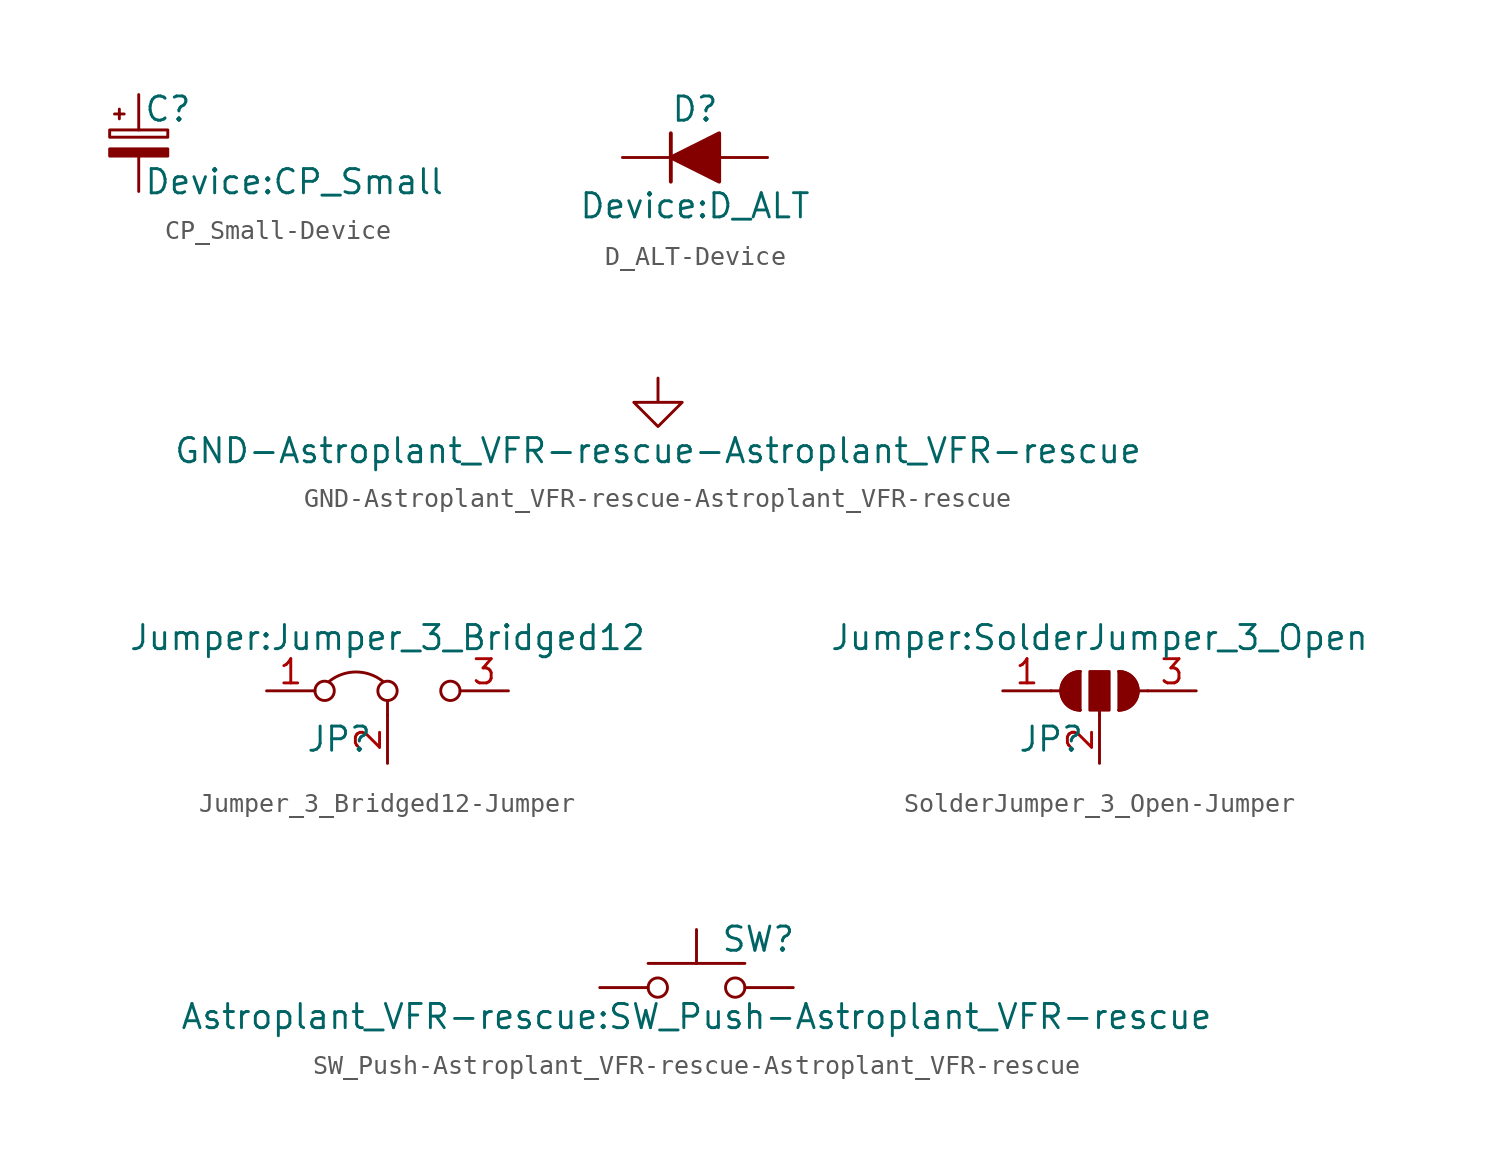
<source format=kicad_sym>
(kicad_symbol_lib
  (version 20220914)
  (generator kicad_symbol_editor)
  (symbol "CP_Small-Device"
    (pin_numbers hide)
    (pin_names
      (offset 0.254) hide)
    (property "Reference" "C"
      (at 0.254 1.778 0)
      (effects (font (size 1.27 1.27)) (justify left)))
    (property "Value" "Device:CP_Small"
      (at 0.254 -2.032 0)
      (effects (font (size 1.27 1.27)) (justify left)))
    (symbol "CP_Small-Device_0_1"
      (rectangle (start -1.524 -0.305) (end 1.524 -0.686) (stroke (width 0) (type solid)) (fill (type outline)))
      (rectangle (start -1.524 0.686) (end 1.524 0.305) (stroke (width 0) (type solid)) (fill (type none)))
      (polyline (pts (xy -1.27 1.524) (xy -0.762 1.524)) (stroke (width 0) (type solid)) (fill (type none)))
      (polyline (pts (xy -1.016 1.27) (xy -1.016 1.778)) (stroke (width 0) (type solid)) (fill (type none))))
    (symbol "CP_Small-Device_1_1"
      (pin passive line (at 0 2.54 270) (length 1.854) (name "~" (effects (font (size 1.27 1.27)))) (number "1" (effects (font (size 1.27 1.27)))))
      (pin passive line (at 0 -2.54 90) (length 1.854) (name "~" (effects (font (size 1.27 1.27)))) (number "2" (effects (font (size 1.27 1.27)))))))
  (symbol "D_ALT-Device"
    (pin_numbers hide)
    (pin_names
      (offset 1.016) hide)
    (property "Reference" "D"
      (at 0 2.54 0)
      (effects (font (size 1.27 1.27))))
    (property "Value" "Device:D_ALT"
      (at 0 -2.54 0)
      (effects (font (size 1.27 1.27))))
    (symbol "D_ALT-Device_0_1"
      (polyline (pts (xy -1.27 1.27) (xy -1.27 -1.27)) (stroke (width 0.203) (type solid)) (fill (type none)))
      (polyline (pts (xy 1.27 0) (xy -1.27 0)) (stroke (width 0) (type solid)) (fill (type none)))
      (polyline (pts (xy 1.27 1.27) (xy 1.27 -1.27) (xy -1.27 0) (xy 1.27 1.27)) (stroke (width 0.203) (type solid)) (fill (type outline))))
    (symbol "D_ALT-Device_1_1"
      (pin passive line (at -3.81 0 0) (length 2.54) (name "K" (effects (font (size 1.27 1.27)))) (number "1" (effects (font (size 1.27 1.27)))))
      (pin passive line (at 3.81 0 180) (length 2.54) (name "A" (effects (font (size 1.27 1.27)))) (number "2" (effects (font (size 1.27 1.27)))))))
  (symbol "GND-Astroplant_VFR-rescue-Astroplant_VFR-rescue"
    (power)
    (pin_names
      (offset 0))
    (property "Reference" "#PWR"
      (at 0 -6.35 0)
      (effects (font (size 1.27 1.27)) hide))
    (property "Value" "GND-Astroplant_VFR-rescue-Astroplant_VFR-rescue"
      (at 0 -3.81 0)
      (effects (font (size 1.27 1.27))))
    (symbol "GND-Astroplant_VFR-rescue-Astroplant_VFR-rescue_0_1"
      (polyline (pts (xy 0 0) (xy 0 -1.27) (xy 1.27 -1.27) (xy 0 -2.54) (xy -1.27 -1.27) (xy 0 -1.27)) (stroke (width 0) (type solid)) (fill (type none))))
    (symbol "GND-Astroplant_VFR-rescue-Astroplant_VFR-rescue_1_1"
      (pin power_in line (at 0 0 270) (length 0) hide (name "GND" (effects (font (size 1.27 1.27)))) (number "1" (effects (font (size 1.27 1.27)))))))
  (symbol "Jumper_3_Bridged12-Jumper"
    (pin_names
      (offset 0) hide)
    (property "Reference" "JP"
      (at -2.54 -2.54 0)
      (effects (font (size 1.27 1.27))))
    (property "Value" "Jumper:Jumper_3_Bridged12"
      (at 0 2.794 0)
      (effects (font (size 1.27 1.27))))
    (symbol "Jumper_3_Bridged12-Jumper_0_0"
      (circle (center -3.302 0) (radius 0.508) (stroke (width 0) (type solid)) (fill (type none)))
      (circle (center 0 0) (radius 0.508) (stroke (width 0) (type solid)) (fill (type none)))
      (circle (center 3.302 0) (radius 0.508) (stroke (width 0) (type solid)) (fill (type none))))
    (symbol "Jumper_3_Bridged12-Jumper_0_1"
      (arc (start -0.254 0.508) (mid -1.651 0.9912) (end -3.048 0.508) (stroke (width 0) (type solid)) (fill (type none)))
      (polyline (pts (xy 0 -1.27) (xy 0 -0.508)) (stroke (width 0) (type solid)) (fill (type none))))
    (symbol "Jumper_3_Bridged12-Jumper_1_1"
      (pin passive line (at -6.35 0 0) (length 2.54) (name "A" (effects (font (size 1.27 1.27)))) (number "1" (effects (font (size 1.27 1.27)))))
      (pin input line (at 0 -3.81 90) (length 2.54) (name "C" (effects (font (size 1.27 1.27)))) (number "2" (effects (font (size 1.27 1.27)))))
      (pin passive line (at 6.35 0 180) (length 2.54) (name "B" (effects (font (size 1.27 1.27)))) (number "3" (effects (font (size 1.27 1.27)))))))
  (symbol "SolderJumper_3_Open-Jumper"
    (pin_names
      (offset 0) hide)
    (property "Reference" "JP"
      (at -2.54 -2.54 0)
      (effects (font (size 1.27 1.27))))
    (property "Value" "Jumper:SolderJumper_3_Open"
      (at 0 2.794 0)
      (effects (font (size 1.27 1.27))))
    (symbol "SolderJumper_3_Open-Jumper_0_1"
      (arc (start -1.016 1.016) (mid -2.0276 0) (end -1.016 -1.016) (stroke (width 0) (type solid)) (fill (type none)))
      (arc (start -1.016 1.016) (mid -2.0276 0) (end -1.016 -1.016) (stroke (width 0) (type solid)) (fill (type outline)))
      (rectangle (start -0.508 1.016) (end 0.508 -1.016) (stroke (width 0) (type solid)) (fill (type outline)))
      (polyline (pts (xy -2.54 0) (xy -2.032 0)) (stroke (width 0) (type solid)) (fill (type none)))
      (polyline (pts (xy -1.016 1.016) (xy -1.016 -1.016)) (stroke (width 0) (type solid)) (fill (type none)))
      (polyline (pts (xy 0 -1.27) (xy 0 -1.016)) (stroke (width 0) (type solid)) (fill (type none)))
      (polyline (pts (xy 1.016 1.016) (xy 1.016 -1.016)) (stroke (width 0) (type solid)) (fill (type none)))
      (polyline (pts (xy 2.54 0) (xy 2.032 0)) (stroke (width 0) (type solid)) (fill (type none)))
      (arc (start 1.016 -1.016) (mid 2.0276 0) (end 1.016 1.016) (stroke (width 0) (type solid)) (fill (type none)))
      (arc (start 1.016 -1.016) (mid 2.0276 0) (end 1.016 1.016) (stroke (width 0) (type solid)) (fill (type outline))))
    (symbol "SolderJumper_3_Open-Jumper_1_1"
      (pin passive line (at -5.08 0 0) (length 2.54) (name "A" (effects (font (size 1.27 1.27)))) (number "1" (effects (font (size 1.27 1.27)))))
      (pin input line (at 0 -3.81 90) (length 2.54) (name "C" (effects (font (size 1.27 1.27)))) (number "2" (effects (font (size 1.27 1.27)))))
      (pin passive line (at 5.08 0 180) (length 2.54) (name "B" (effects (font (size 1.27 1.27)))) (number "3" (effects (font (size 1.27 1.27)))))))
  (symbol "SW_Push-Astroplant_VFR-rescue-Astroplant_VFR-rescue"
    (pin_numbers hide)
    (pin_names
      (offset 1.016) hide)
    (property "Reference" "SW"
      (at 1.27 2.54 0)
      (effects (font (size 1.27 1.27)) (justify left)))
    (property "Value" "Astroplant_VFR-rescue:SW_Push-Astroplant_VFR-rescue"
      (at 0 -1.524 0)
      (effects (font (size 1.27 1.27))))
    (symbol "SW_Push-Astroplant_VFR-rescue-Astroplant_VFR-rescue_0_1"
      (circle (center -2.032 0) (radius 0.508) (stroke (width 0) (type solid)) (fill (type none)))
      (polyline (pts (xy 0 1.27) (xy 0 3.048)) (stroke (width 0) (type solid)) (fill (type none)))
      (polyline (pts (xy 2.54 1.27) (xy -2.54 1.27)) (stroke (width 0) (type solid)) (fill (type none)))
      (circle (center 2.032 0) (radius 0.508) (stroke (width 0) (type solid)) (fill (type none)))
      (pin passive line (at -5.08 0 0) (length 2.54) (name "1" (effects (font (size 1.27 1.27)))) (number "1" (effects (font (size 1.27 1.27)))))
      (pin passive line (at 5.08 0 180) (length 2.54) (name "2" (effects (font (size 1.27 1.27)))) (number "2" (effects (font (size 1.27 1.27))))))))
</source>
